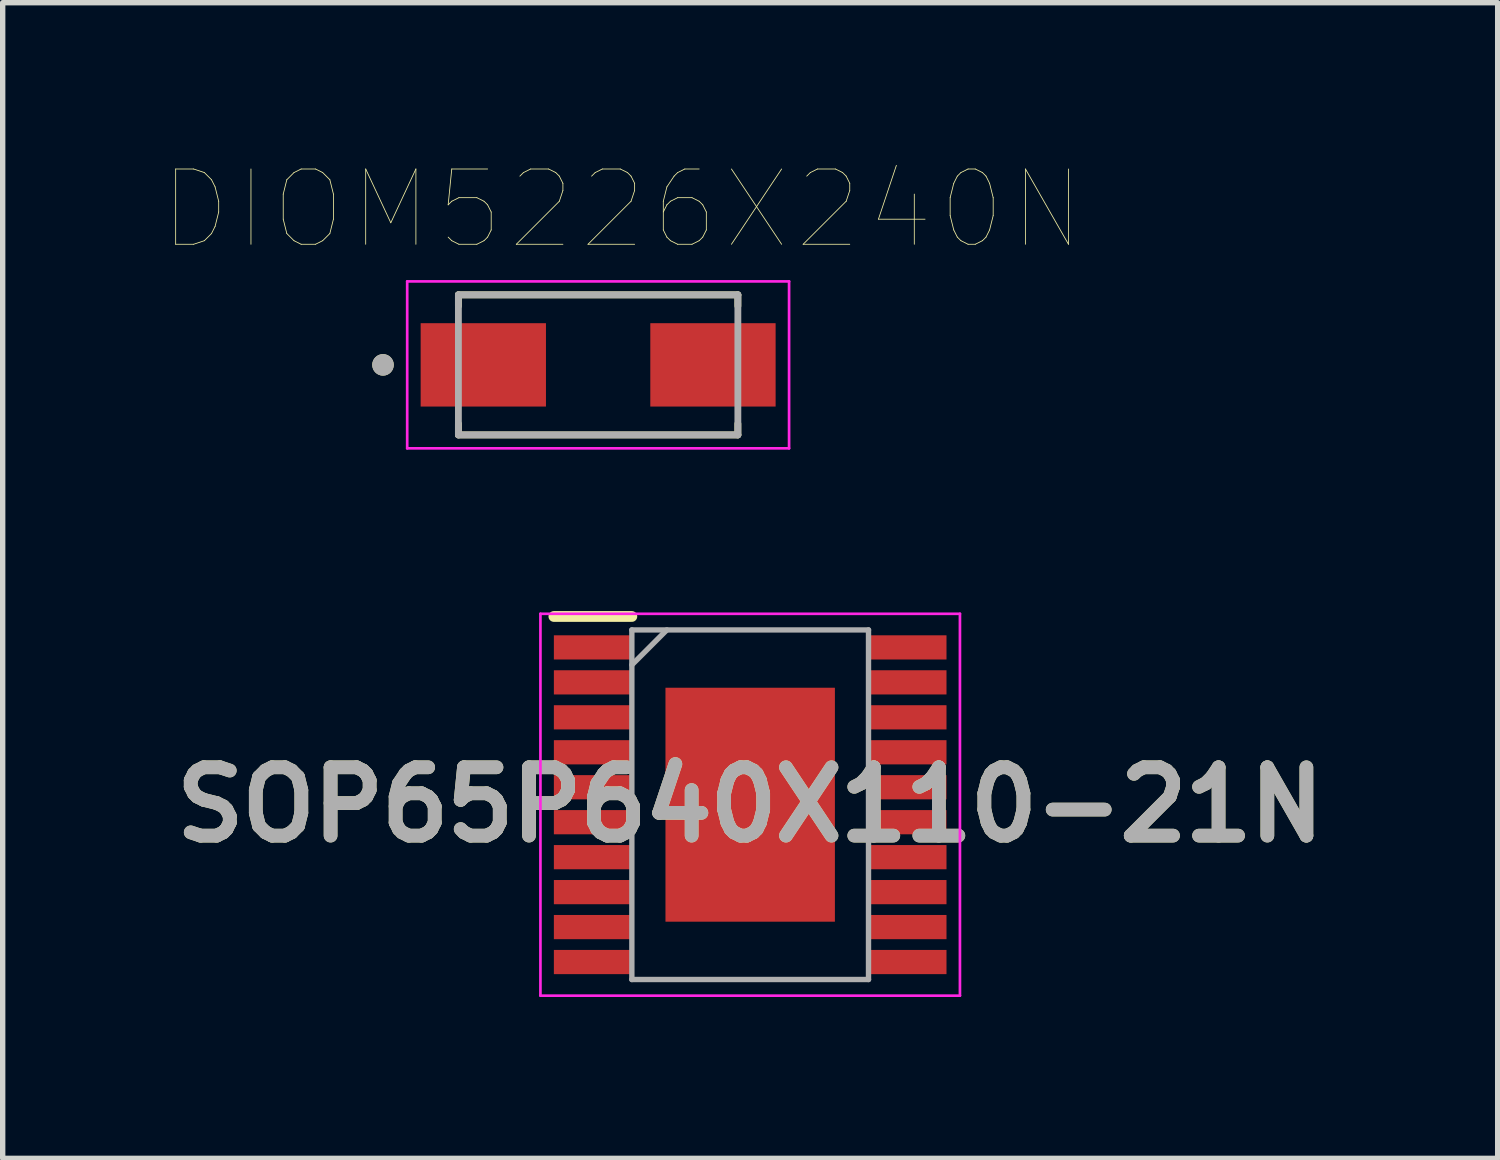
<source format=kicad_pcb>
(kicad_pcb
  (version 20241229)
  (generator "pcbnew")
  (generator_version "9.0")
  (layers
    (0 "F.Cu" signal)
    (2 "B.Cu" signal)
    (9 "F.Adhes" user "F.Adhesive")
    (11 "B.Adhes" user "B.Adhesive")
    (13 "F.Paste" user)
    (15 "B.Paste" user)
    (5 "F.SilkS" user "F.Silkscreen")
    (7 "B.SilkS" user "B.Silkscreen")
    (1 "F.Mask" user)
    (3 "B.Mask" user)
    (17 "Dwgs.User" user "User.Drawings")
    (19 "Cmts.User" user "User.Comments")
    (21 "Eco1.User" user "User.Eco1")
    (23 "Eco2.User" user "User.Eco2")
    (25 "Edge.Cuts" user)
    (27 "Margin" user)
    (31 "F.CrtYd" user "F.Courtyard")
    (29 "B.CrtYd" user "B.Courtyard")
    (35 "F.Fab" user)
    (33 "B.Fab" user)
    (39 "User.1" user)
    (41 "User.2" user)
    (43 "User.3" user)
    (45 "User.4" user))
  (footprint "SOP65P640X110-21N"
    (layer "F.Cu")
    (at 10.898 11.912)
    (property "Reference" "SOP65P640X110-21N" (at 0 0 0) (layer "F.SilkS") (effects (font (size 1.27 1.27) (thickness 0.254))))
    (attr smd)
    (fp_line (start -3.65 -3.5) (end -2.2 -3.5) (stroke (width 0.2) (type solid)) (layer "F.SilkS"))
    (fp_line (start -3.9 -3.55) (end 3.9 -3.55) (stroke (width 0.05) (type solid)) (layer "F.CrtYd"))
    (fp_line (start -3.9 3.55) (end -3.9 -3.55) (stroke (width 0.05) (type solid)) (layer "F.CrtYd"))
    (fp_line (start 3.9 -3.55) (end 3.9 3.55) (stroke (width 0.05) (type solid)) (layer "F.CrtYd"))
    (fp_line (start 3.9 3.55) (end -3.9 3.55) (stroke (width 0.05) (type solid)) (layer "F.CrtYd"))
    (fp_line (start -2.2 -3.25) (end 2.2 -3.25) (stroke (width 0.1) (type solid)) (layer "F.Fab"))
    (fp_line (start -2.2 -2.6) (end -1.55 -3.25) (stroke (width 0.1) (type solid)) (layer "F.Fab"))
    (fp_line (start -2.2 3.25) (end -2.2 -3.25) (stroke (width 0.1) (type solid)) (layer "F.Fab"))
    (fp_line (start 2.2 -3.25) (end 2.2 3.25) (stroke (width 0.1) (type solid)) (layer "F.Fab"))
    (fp_line (start 2.2 3.25) (end -2.2 3.25) (stroke (width 0.1) (type solid)) (layer "F.Fab"))
    (fp_text user "${REFERENCE}" (at 0 0 0) (layer "F.Fab") (effects (font (size 1.27 1.27) (thickness 0.254))))
    (pad "1" smd rect (at -2.925 -2.925 90) (size 0.45 1.45) (layers "F.Cu" "F.Mask" "F.Paste"))
    (pad "2" smd rect (at -2.925 -2.275 90) (size 0.45 1.45) (layers "F.Cu" "F.Mask" "F.Paste"))
    (pad "3" smd rect (at -2.925 -1.625 90) (size 0.45 1.45) (layers "F.Cu" "F.Mask" "F.Paste"))
    (pad "4" smd rect (at -2.925 -0.975 90) (size 0.45 1.45) (layers "F.Cu" "F.Mask" "F.Paste"))
    (pad "5" smd rect (at -2.925 -0.325 90) (size 0.45 1.45) (layers "F.Cu" "F.Mask" "F.Paste"))
    (pad "6" smd rect (at -2.925 0.325 90) (size 0.45 1.45) (layers "F.Cu" "F.Mask" "F.Paste"))
    (pad "7" smd rect (at -2.925 0.975 90) (size 0.45 1.45) (layers "F.Cu" "F.Mask" "F.Paste"))
    (pad "8" smd rect (at -2.925 1.625 90) (size 0.45 1.45) (layers "F.Cu" "F.Mask" "F.Paste"))
    (pad "9" smd rect (at -2.925 2.275 90) (size 0.45 1.45) (layers "F.Cu" "F.Mask" "F.Paste"))
    (pad "10" smd rect (at -2.925 2.925 90) (size 0.45 1.45) (layers "F.Cu" "F.Mask" "F.Paste"))
    (pad "11" smd rect (at 2.925 2.925 90) (size 0.45 1.45) (layers "F.Cu" "F.Mask" "F.Paste"))
    (pad "12" smd rect (at 2.925 2.275 90) (size 0.45 1.45) (layers "F.Cu" "F.Mask" "F.Paste"))
    (pad "13" smd rect (at 2.925 1.625 90) (size 0.45 1.45) (layers "F.Cu" "F.Mask" "F.Paste"))
    (pad "14" smd rect (at 2.925 0.975 90) (size 0.45 1.45) (layers "F.Cu" "F.Mask" "F.Paste"))
    (pad "15" smd rect (at 2.925 0.325 90) (size 0.45 1.45) (layers "F.Cu" "F.Mask" "F.Paste"))
    (pad "16" smd rect (at 2.925 -0.325 90) (size 0.45 1.45) (layers "F.Cu" "F.Mask" "F.Paste"))
    (pad "17" smd rect (at 2.925 -0.975 90) (size 0.45 1.45) (layers "F.Cu" "F.Mask" "F.Paste"))
    (pad "18" smd rect (at 2.925 -1.625 90) (size 0.45 1.45) (layers "F.Cu" "F.Mask" "F.Paste"))
    (pad "19" smd rect (at 2.925 -2.275 90) (size 0.45 1.45) (layers "F.Cu" "F.Mask" "F.Paste"))
    (pad "20" smd rect (at 2.925 -2.925 90) (size 0.45 1.45) (layers "F.Cu" "F.Mask" "F.Paste"))
    (pad "21" smd rect (at 0 0) (size 3.15 4.35) (layers "F.Cu" "F.Mask" "F.Paste")))
  (footprint "DIOM5226X240N"
    (layer "F.Cu")
    (at 8.071 3.734)
    (property "Reference" "DIOM5226X240N" (at 0.445 -2.889 0) (layer "F.SilkS") (effects (font (size 1.4 1.4) (thickness 0.015))))
    (attr through_hole)
    (fp_line (start -2.598 -1.302) (end 2.598 -1.302) (stroke (width 0.127) (type solid)) (layer "F.SilkS"))
    (fp_line (start -2.598 -1.095) (end -2.598 -1.302) (stroke (width 0.127) (type solid)) (layer "F.SilkS"))
    (fp_line (start -2.598 1.302) (end -2.598 1.095) (stroke (width 0.127) (type solid)) (layer "F.SilkS"))
    (fp_line (start 2.598 -1.302) (end 2.598 -1.095) (stroke (width 0.127) (type solid)) (layer "F.SilkS"))
    (fp_line (start 2.598 1.095) (end 2.598 1.302) (stroke (width 0.127) (type solid)) (layer "F.SilkS"))
    (fp_line (start 2.598 1.302) (end -2.598 1.302) (stroke (width 0.127) (type solid)) (layer "F.SilkS"))
    (fp_circle (center -4 0) (end -3.9 0) (stroke (width 0.2) (type solid)) (fill no) (layer "F.SilkS"))
    (fp_line (start -3.55 -1.552) (end 3.55 -1.552) (stroke (width 0.05) (type solid)) (layer "F.CrtYd"))
    (fp_line (start -3.55 1.552) (end -3.55 -1.552) (stroke (width 0.05) (type solid)) (layer "F.CrtYd"))
    (fp_line (start 3.55 -1.552) (end 3.55 1.552) (stroke (width 0.05) (type solid)) (layer "F.CrtYd"))
    (fp_line (start 3.55 1.552) (end -3.55 1.552) (stroke (width 0.05) (type solid)) (layer "F.CrtYd"))
    (fp_line (start -2.598 -1.302) (end 2.598 -1.302) (stroke (width 0.127) (type solid)) (layer "F.Fab"))
    (fp_line (start -2.598 1.302) (end -2.598 -1.302) (stroke (width 0.127) (type solid)) (layer "F.Fab"))
    (fp_line (start 2.598 -1.302) (end 2.598 1.302) (stroke (width 0.127) (type solid)) (layer "F.Fab"))
    (fp_line (start 2.598 1.302) (end -2.598 1.302) (stroke (width 0.127) (type solid)) (layer "F.Fab"))
    (fp_circle (center -4 0) (end -3.9 0) (stroke (width 0.2) (type solid)) (fill no) (layer "F.Fab"))
    (pad "A" smd rect (at 2.135 0) (size 2.33 1.55) (layers "F.Cu" "F.Mask" "F.Paste"))
    (pad "C" smd rect (at -2.135 0) (size 2.33 1.55) (layers "F.Cu" "F.Mask" "F.Paste")))
  (gr_rect
    (start -3 -3)
    (end 24.796 18.487)
    (stroke (width 0.1) (type default))
    (fill no)
    (layer "Edge.Cuts")))
</source>
